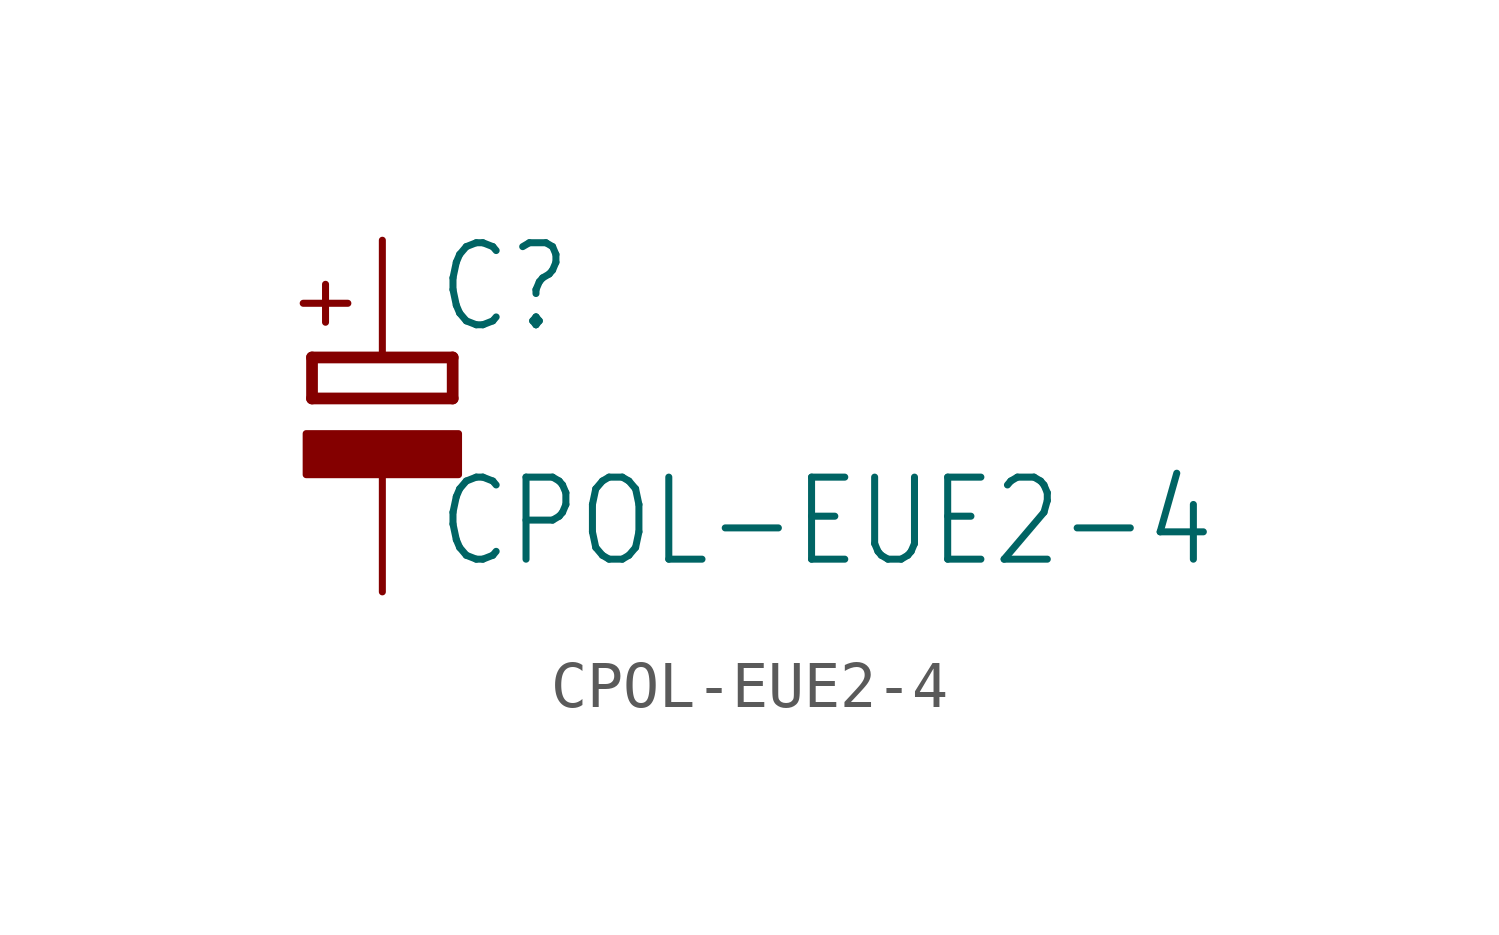
<source format=kicad_sym>
(kicad_symbol_lib
  (version 20211014)
  (generator kicad_symbol_editor)
  (symbol "CPOL-EUE2-4"
    (property "Reference" "C"
      (at 1.143 0.483 0)
      (effects (font (size 1.778 1.511)) (justify left bottom)))
    (property "Value" "CPOL-EUE2-4"
      (at 1.143 -4.597 0)
      (effects (font (size 1.778 1.511)) (justify left bottom)))
    (property "ki_locked" ""
      (at 0 0 0)
      (effects (font (size 1.27 1.27))))
    (symbol "CPOL-EUE2-4_1_0"
      (rectangle (start -1.651 -2.54) (end 1.651 -1.651) (stroke (width 0) (type default) (color 0 0 0 0)) (fill (type outline)))
      (polyline (pts (xy -1.524 -0.889) (xy 1.524 -0.889)) (stroke (width 0.254) (type default) (color 0 0 0 0)) (fill (type none)))
      (polyline (pts (xy -1.524 0) (xy -1.524 -0.889)) (stroke (width 0.254) (type default) (color 0 0 0 0)) (fill (type none)))
      (polyline (pts (xy -1.524 0) (xy 1.524 0)) (stroke (width 0.254) (type default) (color 0 0 0 0)) (fill (type none)))
      (polyline (pts (xy 1.524 -0.889) (xy 1.524 0)) (stroke (width 0.254) (type default) (color 0 0 0 0)) (fill (type none)))
      (text "+" (at -0.584 0.406 900) (effects (font (size 1.27 1.079)) (justify left bottom)))
      (pin passive line (at 0 2.54 270) (length 2.54) (name "+" (effects (font (size 0 0)))) (number "+" (effects (font (size 0 0)))))
      (pin passive line (at 0 -5.08 90) (length 2.54) (name "-" (effects (font (size 0 0)))) (number "-" (effects (font (size 0 0))))))))
</source>
